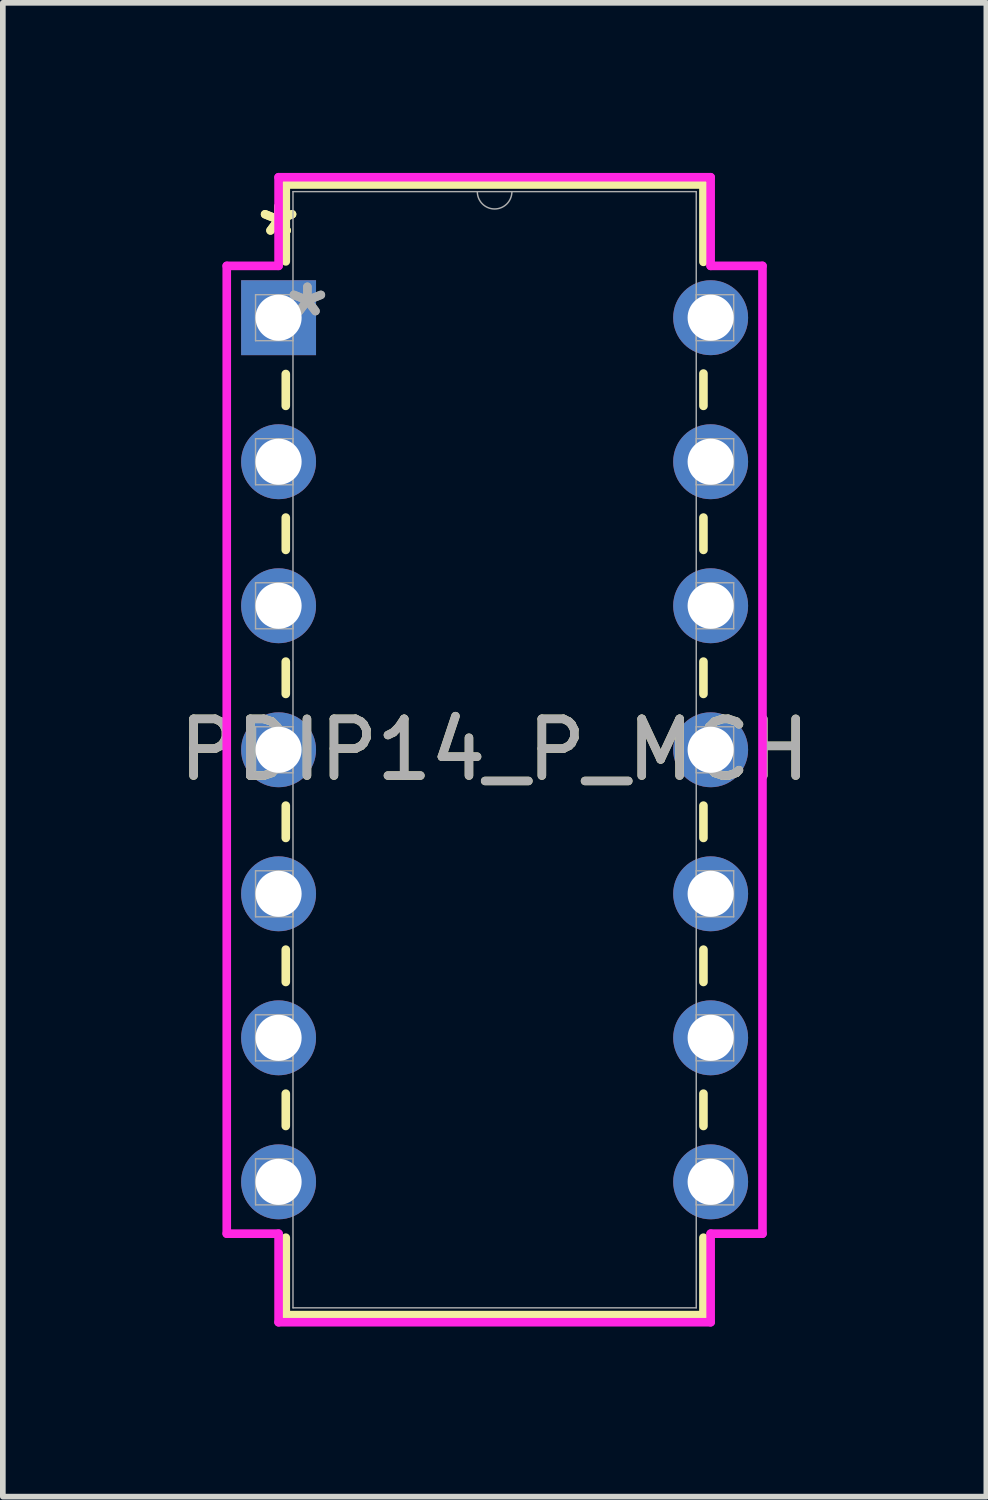
<source format=kicad_pcb>
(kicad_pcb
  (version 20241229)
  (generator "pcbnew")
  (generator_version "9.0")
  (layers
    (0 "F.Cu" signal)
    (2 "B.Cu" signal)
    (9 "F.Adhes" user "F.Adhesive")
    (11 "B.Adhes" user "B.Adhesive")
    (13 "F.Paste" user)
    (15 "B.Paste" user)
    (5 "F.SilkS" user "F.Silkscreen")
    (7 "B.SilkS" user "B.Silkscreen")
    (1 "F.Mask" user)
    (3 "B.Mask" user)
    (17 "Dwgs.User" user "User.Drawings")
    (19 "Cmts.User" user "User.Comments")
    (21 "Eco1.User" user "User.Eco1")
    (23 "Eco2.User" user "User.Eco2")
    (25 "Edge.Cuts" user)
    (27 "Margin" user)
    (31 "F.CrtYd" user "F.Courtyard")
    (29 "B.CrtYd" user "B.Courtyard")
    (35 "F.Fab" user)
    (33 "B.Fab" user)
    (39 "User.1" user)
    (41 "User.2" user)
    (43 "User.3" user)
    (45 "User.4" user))
  (footprint "PDIP14_P_MCH"
    (layer "F.Cu")
    (at 1.863 2.553)
    (property "Reference" "PDIP14_P_MCH" (at 3.81 7.62 0) (unlocked yes) (layer "F.SilkS") (effects (font (size 1 1) (thickness 0.15))))
    (attr through_hole)
    (fp_line (start 0.127 -2.349) (end 0.127 -0.993) (stroke (width 0.152) (type solid)) (layer "F.SilkS"))
    (fp_line (start 0.127 0.993) (end 0.127 1.555) (stroke (width 0.152) (type solid)) (layer "F.SilkS"))
    (fp_line (start 0.127 3.525) (end 0.127 4.095) (stroke (width 0.152) (type solid)) (layer "F.SilkS"))
    (fp_line (start 0.127 6.065) (end 0.127 6.635) (stroke (width 0.152) (type solid)) (layer "F.SilkS"))
    (fp_line (start 0.127 8.605) (end 0.127 9.175) (stroke (width 0.152) (type solid)) (layer "F.SilkS"))
    (fp_line (start 0.127 11.145) (end 0.127 11.715) (stroke (width 0.152) (type solid)) (layer "F.SilkS"))
    (fp_line (start 0.127 13.685) (end 0.127 14.255) (stroke (width 0.152) (type solid)) (layer "F.SilkS"))
    (fp_line (start 0.127 16.225) (end 0.127 17.59) (stroke (width 0.152) (type solid)) (layer "F.SilkS"))
    (fp_line (start 0.127 17.59) (end 7.493 17.59) (stroke (width 0.152) (type solid)) (layer "F.SilkS"))
    (fp_line (start 7.493 -2.349) (end 0.127 -2.349) (stroke (width 0.152) (type solid)) (layer "F.SilkS"))
    (fp_line (start 7.493 -0.985) (end 7.493 -2.349) (stroke (width 0.152) (type solid)) (layer "F.SilkS"))
    (fp_line (start 7.493 1.555) (end 7.493 0.985) (stroke (width 0.152) (type solid)) (layer "F.SilkS"))
    (fp_line (start 7.493 4.095) (end 7.493 3.525) (stroke (width 0.152) (type solid)) (layer "F.SilkS"))
    (fp_line (start 7.493 6.635) (end 7.493 6.065) (stroke (width 0.152) (type solid)) (layer "F.SilkS"))
    (fp_line (start 7.493 9.175) (end 7.493 8.605) (stroke (width 0.152) (type solid)) (layer "F.SilkS"))
    (fp_line (start 7.493 11.715) (end 7.493 11.145) (stroke (width 0.152) (type solid)) (layer "F.SilkS"))
    (fp_line (start 7.493 14.255) (end 7.493 13.685) (stroke (width 0.152) (type solid)) (layer "F.SilkS"))
    (fp_line (start 7.493 17.59) (end 7.493 16.225) (stroke (width 0.152) (type solid)) (layer "F.SilkS"))
    (fp_line (start -0.914 -0.914) (end 0 -0.914) (stroke (width 0.152) (type solid)) (layer "F.CrtYd"))
    (fp_line (start -0.914 16.154) (end -0.914 -0.914) (stroke (width 0.152) (type solid)) (layer "F.CrtYd"))
    (fp_line (start 0 -2.477) (end 7.62 -2.477) (stroke (width 0.152) (type solid)) (layer "F.CrtYd"))
    (fp_line (start 0 -0.914) (end 0 -2.477) (stroke (width 0.152) (type solid)) (layer "F.CrtYd"))
    (fp_line (start 0 16.154) (end -0.914 16.154) (stroke (width 0.152) (type solid)) (layer "F.CrtYd"))
    (fp_line (start 0 17.716) (end 0 16.154) (stroke (width 0.152) (type solid)) (layer "F.CrtYd"))
    (fp_line (start 7.62 -2.477) (end 7.62 -0.914) (stroke (width 0.152) (type solid)) (layer "F.CrtYd"))
    (fp_line (start 7.62 16.154) (end 7.62 17.716) (stroke (width 0.152) (type solid)) (layer "F.CrtYd"))
    (fp_line (start 7.62 17.716) (end 0 17.716) (stroke (width 0.152) (type solid)) (layer "F.CrtYd"))
    (fp_line (start 8.534 -0.914) (end 7.62 -0.914) (stroke (width 0.152) (type solid)) (layer "F.CrtYd"))
    (fp_line (start 8.534 -0.914) (end 8.534 16.154) (stroke (width 0.152) (type solid)) (layer "F.CrtYd"))
    (fp_line (start 8.534 16.154) (end 7.62 16.154) (stroke (width 0.152) (type solid)) (layer "F.CrtYd"))
    (fp_line (start -0.406 -0.406) (end -0.406 0.406) (stroke (width 0.025) (type solid)) (layer "F.Fab"))
    (fp_line (start -0.406 0.406) (end 0.254 0.406) (stroke (width 0.025) (type solid)) (layer "F.Fab"))
    (fp_line (start -0.406 2.134) (end -0.406 2.946) (stroke (width 0.025) (type solid)) (layer "F.Fab"))
    (fp_line (start -0.406 2.946) (end 0.254 2.946) (stroke (width 0.025) (type solid)) (layer "F.Fab"))
    (fp_line (start -0.406 4.674) (end -0.406 5.486) (stroke (width 0.025) (type solid)) (layer "F.Fab"))
    (fp_line (start -0.406 5.486) (end 0.254 5.486) (stroke (width 0.025) (type solid)) (layer "F.Fab"))
    (fp_line (start -0.406 7.214) (end -0.406 8.026) (stroke (width 0.025) (type solid)) (layer "F.Fab"))
    (fp_line (start -0.406 8.026) (end 0.254 8.026) (stroke (width 0.025) (type solid)) (layer "F.Fab"))
    (fp_line (start -0.406 9.754) (end -0.406 10.566) (stroke (width 0.025) (type solid)) (layer "F.Fab"))
    (fp_line (start -0.406 10.566) (end 0.254 10.566) (stroke (width 0.025) (type solid)) (layer "F.Fab"))
    (fp_line (start -0.406 12.294) (end -0.406 13.106) (stroke (width 0.025) (type solid)) (layer "F.Fab"))
    (fp_line (start -0.406 13.106) (end 0.254 13.106) (stroke (width 0.025) (type solid)) (layer "F.Fab"))
    (fp_line (start -0.406 14.834) (end -0.406 15.646) (stroke (width 0.025) (type solid)) (layer "F.Fab"))
    (fp_line (start -0.406 15.646) (end 0.254 15.646) (stroke (width 0.025) (type solid)) (layer "F.Fab"))
    (fp_line (start 0.254 -2.223) (end 0.254 17.462) (stroke (width 0.025) (type solid)) (layer "F.Fab"))
    (fp_line (start 0.254 -0.406) (end -0.406 -0.406) (stroke (width 0.025) (type solid)) (layer "F.Fab"))
    (fp_line (start 0.254 0.406) (end 0.254 -0.406) (stroke (width 0.025) (type solid)) (layer "F.Fab"))
    (fp_line (start 0.254 2.134) (end -0.406 2.134) (stroke (width 0.025) (type solid)) (layer "F.Fab"))
    (fp_line (start 0.254 2.946) (end 0.254 2.134) (stroke (width 0.025) (type solid)) (layer "F.Fab"))
    (fp_line (start 0.254 4.674) (end -0.406 4.674) (stroke (width 0.025) (type solid)) (layer "F.Fab"))
    (fp_line (start 0.254 5.486) (end 0.254 4.674) (stroke (width 0.025) (type solid)) (layer "F.Fab"))
    (fp_line (start 0.254 7.214) (end -0.406 7.214) (stroke (width 0.025) (type solid)) (layer "F.Fab"))
    (fp_line (start 0.254 8.026) (end 0.254 7.214) (stroke (width 0.025) (type solid)) (layer "F.Fab"))
    (fp_line (start 0.254 9.754) (end -0.406 9.754) (stroke (width 0.025) (type solid)) (layer "F.Fab"))
    (fp_line (start 0.254 10.566) (end 0.254 9.754) (stroke (width 0.025) (type solid)) (layer "F.Fab"))
    (fp_line (start 0.254 12.294) (end -0.406 12.294) (stroke (width 0.025) (type solid)) (layer "F.Fab"))
    (fp_line (start 0.254 13.106) (end 0.254 12.294) (stroke (width 0.025) (type solid)) (layer "F.Fab"))
    (fp_line (start 0.254 14.834) (end -0.406 14.834) (stroke (width 0.025) (type solid)) (layer "F.Fab"))
    (fp_line (start 0.254 15.646) (end 0.254 14.834) (stroke (width 0.025) (type solid)) (layer "F.Fab"))
    (fp_line (start 0.254 17.462) (end 7.366 17.462) (stroke (width 0.025) (type solid)) (layer "F.Fab"))
    (fp_line (start 7.366 -2.223) (end 0.254 -2.223) (stroke (width 0.025) (type solid)) (layer "F.Fab"))
    (fp_line (start 7.366 -0.406) (end 7.366 0.406) (stroke (width 0.025) (type solid)) (layer "F.Fab"))
    (fp_line (start 7.366 0.406) (end 8.026 0.406) (stroke (width 0.025) (type solid)) (layer "F.Fab"))
    (fp_line (start 7.366 2.134) (end 7.366 2.946) (stroke (width 0.025) (type solid)) (layer "F.Fab"))
    (fp_line (start 7.366 2.946) (end 8.026 2.946) (stroke (width 0.025) (type solid)) (layer "F.Fab"))
    (fp_line (start 7.366 4.674) (end 7.366 5.486) (stroke (width 0.025) (type solid)) (layer "F.Fab"))
    (fp_line (start 7.366 5.486) (end 8.026 5.486) (stroke (width 0.025) (type solid)) (layer "F.Fab"))
    (fp_line (start 7.366 7.214) (end 7.366 8.026) (stroke (width 0.025) (type solid)) (layer "F.Fab"))
    (fp_line (start 7.366 8.026) (end 8.026 8.026) (stroke (width 0.025) (type solid)) (layer "F.Fab"))
    (fp_line (start 7.366 9.754) (end 7.366 10.566) (stroke (width 0.025) (type solid)) (layer "F.Fab"))
    (fp_line (start 7.366 10.566) (end 8.026 10.566) (stroke (width 0.025) (type solid)) (layer "F.Fab"))
    (fp_line (start 7.366 12.294) (end 7.366 13.106) (stroke (width 0.025) (type solid)) (layer "F.Fab"))
    (fp_line (start 7.366 13.106) (end 8.026 13.106) (stroke (width 0.025) (type solid)) (layer "F.Fab"))
    (fp_line (start 7.366 14.834) (end 7.366 15.646) (stroke (width 0.025) (type solid)) (layer "F.Fab"))
    (fp_line (start 7.366 15.646) (end 8.026 15.646) (stroke (width 0.025) (type solid)) (layer "F.Fab"))
    (fp_line (start 7.366 17.462) (end 7.366 -2.223) (stroke (width 0.025) (type solid)) (layer "F.Fab"))
    (fp_line (start 8.026 -0.406) (end 7.366 -0.406) (stroke (width 0.025) (type solid)) (layer "F.Fab"))
    (fp_line (start 8.026 0.406) (end 8.026 -0.406) (stroke (width 0.025) (type solid)) (layer "F.Fab"))
    (fp_line (start 8.026 2.134) (end 7.366 2.134) (stroke (width 0.025) (type solid)) (layer "F.Fab"))
    (fp_line (start 8.026 2.946) (end 8.026 2.134) (stroke (width 0.025) (type solid)) (layer "F.Fab"))
    (fp_line (start 8.026 4.674) (end 7.366 4.674) (stroke (width 0.025) (type solid)) (layer "F.Fab"))
    (fp_line (start 8.026 5.486) (end 8.026 4.674) (stroke (width 0.025) (type solid)) (layer "F.Fab"))
    (fp_line (start 8.026 7.214) (end 7.366 7.214) (stroke (width 0.025) (type solid)) (layer "F.Fab"))
    (fp_line (start 8.026 8.026) (end 8.026 7.214) (stroke (width 0.025) (type solid)) (layer "F.Fab"))
    (fp_line (start 8.026 9.754) (end 7.366 9.754) (stroke (width 0.025) (type solid)) (layer "F.Fab"))
    (fp_line (start 8.026 10.566) (end 8.026 9.754) (stroke (width 0.025) (type solid)) (layer "F.Fab"))
    (fp_line (start 8.026 12.294) (end 7.366 12.294) (stroke (width 0.025) (type solid)) (layer "F.Fab"))
    (fp_line (start 8.026 13.106) (end 8.026 12.294) (stroke (width 0.025) (type solid)) (layer "F.Fab"))
    (fp_line (start 8.026 14.834) (end 7.366 14.834) (stroke (width 0.025) (type solid)) (layer "F.Fab"))
    (fp_line (start 8.026 15.646) (end 8.026 14.834) (stroke (width 0.025) (type solid)) (layer "F.Fab"))
    (fp_arc (start 4.1148 -2.2225) (mid 3.81 -1.9177) (end 3.5052 -2.2225) (stroke (width 0.0254) (type solid)) (layer "F.Fab"))
    (fp_text user "*" (at 0 -1.422 0) (unlocked yes) (layer "F.SilkS") (effects (font (size 1 1) (thickness 0.15))))
    (fp_text user "*" (at 0 -1.422 0) (layer "F.SilkS") (effects (font (size 1 1) (thickness 0.15))))
    (fp_text user "*" (at 0.508 0 0) (layer "F.Fab") (effects (font (size 1 1) (thickness 0.15))))
    (fp_text user "*" (at 0.508 0 0) (unlocked yes) (layer "F.Fab") (effects (font (size 1 1) (thickness 0.15))))
    (fp_text user "${REFERENCE}" (at 3.81 7.62 0) (unlocked yes) (layer "F.Fab") (effects (font (size 1 1) (thickness 0.15))))
    (pad "1" thru_hole rect (at 0 0) (size 1.321 1.321) (drill 0.813) (layers "*.Cu" "*.Mask"))
    (pad "2" thru_hole circle (at 0 2.54) (size 1.321 1.321) (drill 0.813) (layers "*.Cu" "*.Mask"))
    (pad "3" thru_hole circle (at 0 5.08) (size 1.321 1.321) (drill 0.813) (layers "*.Cu" "*.Mask"))
    (pad "4" thru_hole circle (at 0 7.62) (size 1.321 1.321) (drill 0.813) (layers "*.Cu" "*.Mask"))
    (pad "5" thru_hole circle (at 0 10.16) (size 1.321 1.321) (drill 0.813) (layers "*.Cu" "*.Mask"))
    (pad "6" thru_hole circle (at 0 12.7) (size 1.321 1.321) (drill 0.813) (layers "*.Cu" "*.Mask"))
    (pad "7" thru_hole circle (at 0 15.24) (size 1.321 1.321) (drill 0.813) (layers "*.Cu" "*.Mask"))
    (pad "8" thru_hole circle (at 7.62 15.24) (size 1.321 1.321) (drill 0.813) (layers "*.Cu" "*.Mask"))
    (pad "9" thru_hole circle (at 7.62 12.7) (size 1.321 1.321) (drill 0.813) (layers "*.Cu" "*.Mask"))
    (pad "10" thru_hole circle (at 7.62 10.16) (size 1.321 1.321) (drill 0.813) (layers "*.Cu" "*.Mask"))
    (pad "11" thru_hole circle (at 7.62 7.62) (size 1.321 1.321) (drill 0.813) (layers "*.Cu" "*.Mask"))
    (pad "12" thru_hole circle (at 7.62 5.08) (size 1.321 1.321) (drill 0.813) (layers "*.Cu" "*.Mask"))
    (pad "13" thru_hole circle (at 7.62 2.54) (size 1.321 1.321) (drill 0.813) (layers "*.Cu" "*.Mask"))
    (pad "14" thru_hole circle (at 7.62 0) (size 1.321 1.321) (drill 0.813) (layers "*.Cu" "*.Mask")))
  (gr_rect
    (start -3 -3)
    (end 14.345 23.345)
    (stroke (width 0.1) (type default))
    (fill no)
    (layer "Edge.Cuts")))
</source>
